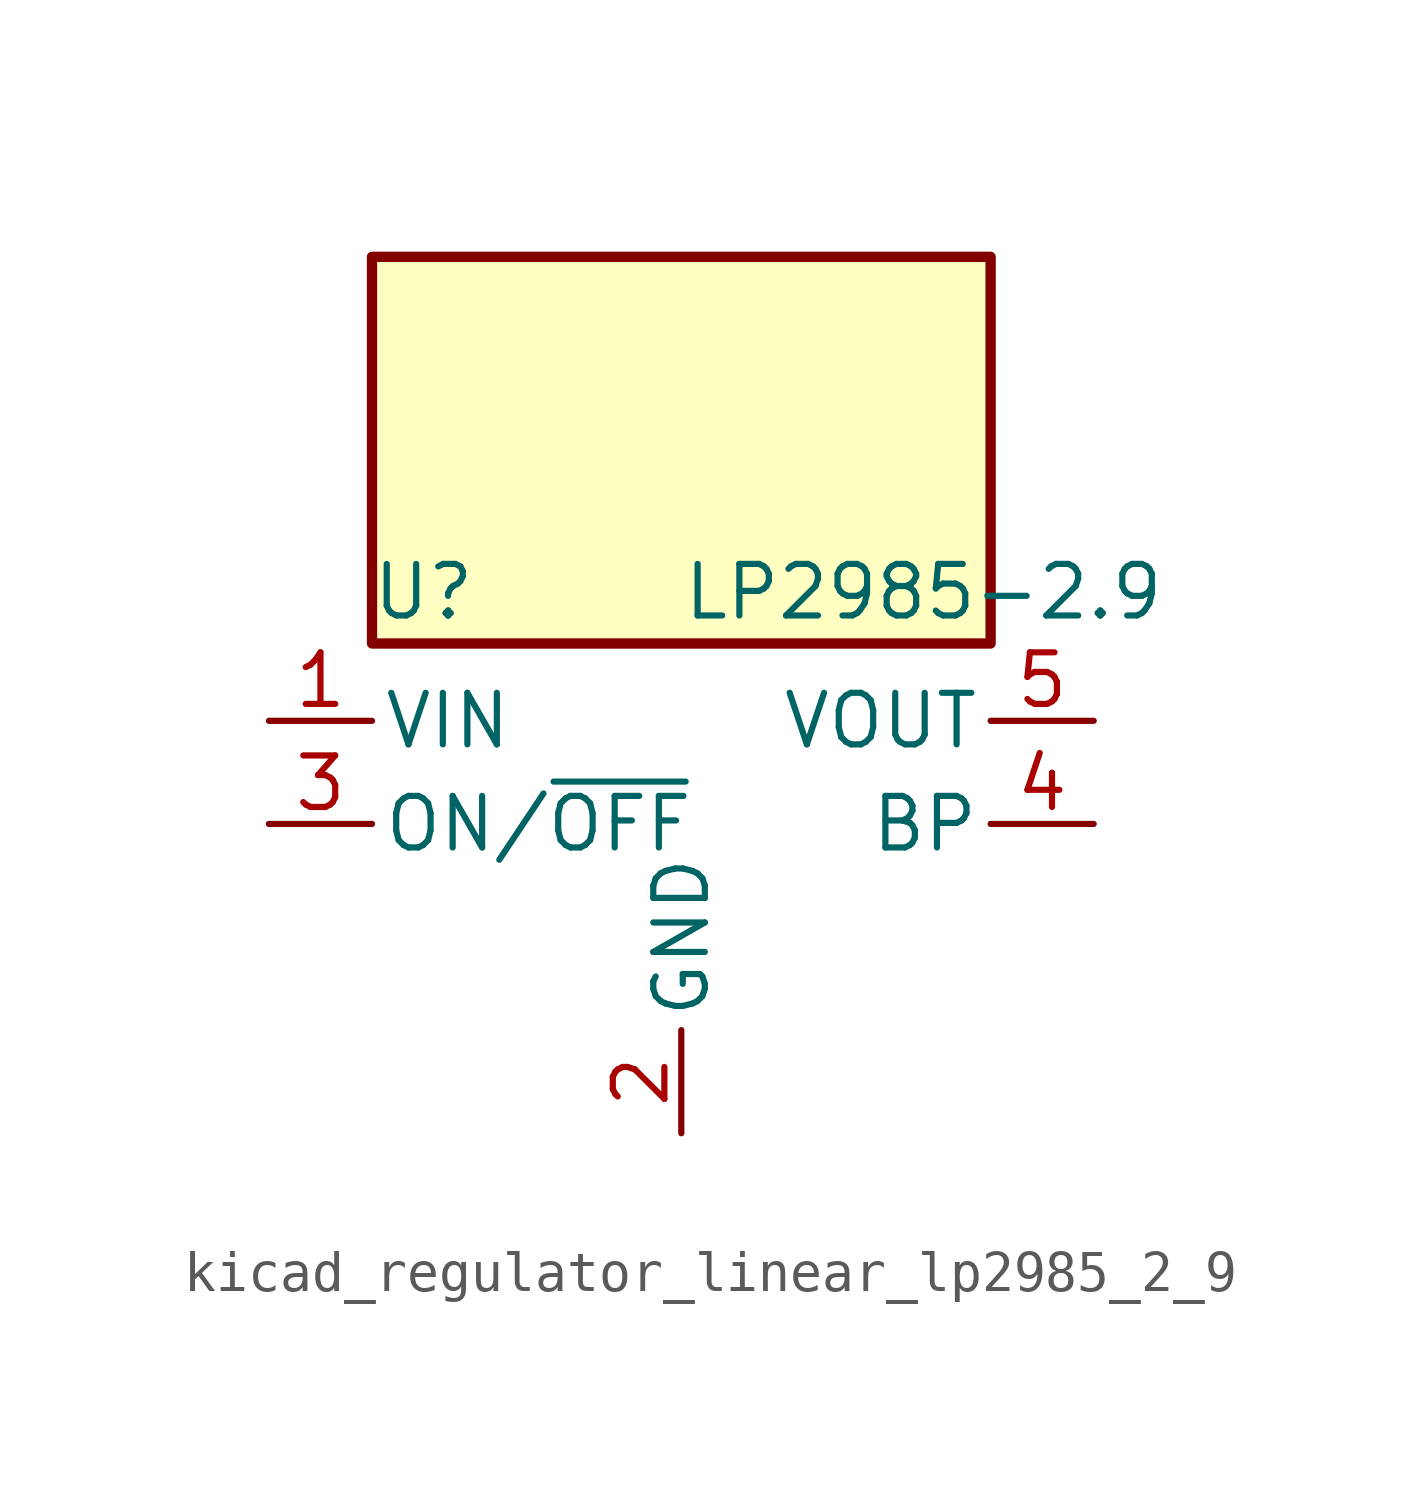
<source format=kicad_sym>
(kicad_symbol_lib
  (version 20220914)
  (generator kicad_symbol_editor)
  (symbol "kicad_regulator_linear_lp2985_2_9"
    (pin_names
      (offset 0.254))
    (property "Reference" "U"
      (at -6.35 5.715 0)
      (effects (font (size 1.27 1.27))))
    (property "Value" "LP2985-2.9"
      (at 0 5.715 0)
      (effects (font (size 1.27 1.27)) (justify left)))
    (symbol "kicad_regulator_linear_lp2985_2_9_0_1"
      (rectangle (start 7.62 13.97) (end -7.62 4.445) (stroke (width 0.254) (type default)) (fill (type background))))
    (symbol "kicad_regulator_linear_lp2985_2_9_1_1"
      (pin power_in line (at -10.16 2.54 0) (length 2.54) (name "VIN" (effects (font (size 1.27 1.27)))) (number "1" (effects (font (size 1.27 1.27)))))
      (pin power_in line (at 0 -7.62 90) (length 2.54) (name "GND" (effects (font (size 1.27 1.27)))) (number "2" (effects (font (size 1.27 1.27)))))
      (pin input line (at -10.16 0 0) (length 2.54) (name "ON/~{OFF}" (effects (font (size 1.27 1.27)))) (number "3" (effects (font (size 1.27 1.27)))))
      (pin input line (at 10.16 0 180) (length 2.54) (name "BP" (effects (font (size 1.27 1.27)))) (number "4" (effects (font (size 1.27 1.27)))))
      (pin power_out line (at 10.16 2.54 180) (length 2.54) (name "VOUT" (effects (font (size 1.27 1.27)))) (number "5" (effects (font (size 1.27 1.27))))))))
</source>
